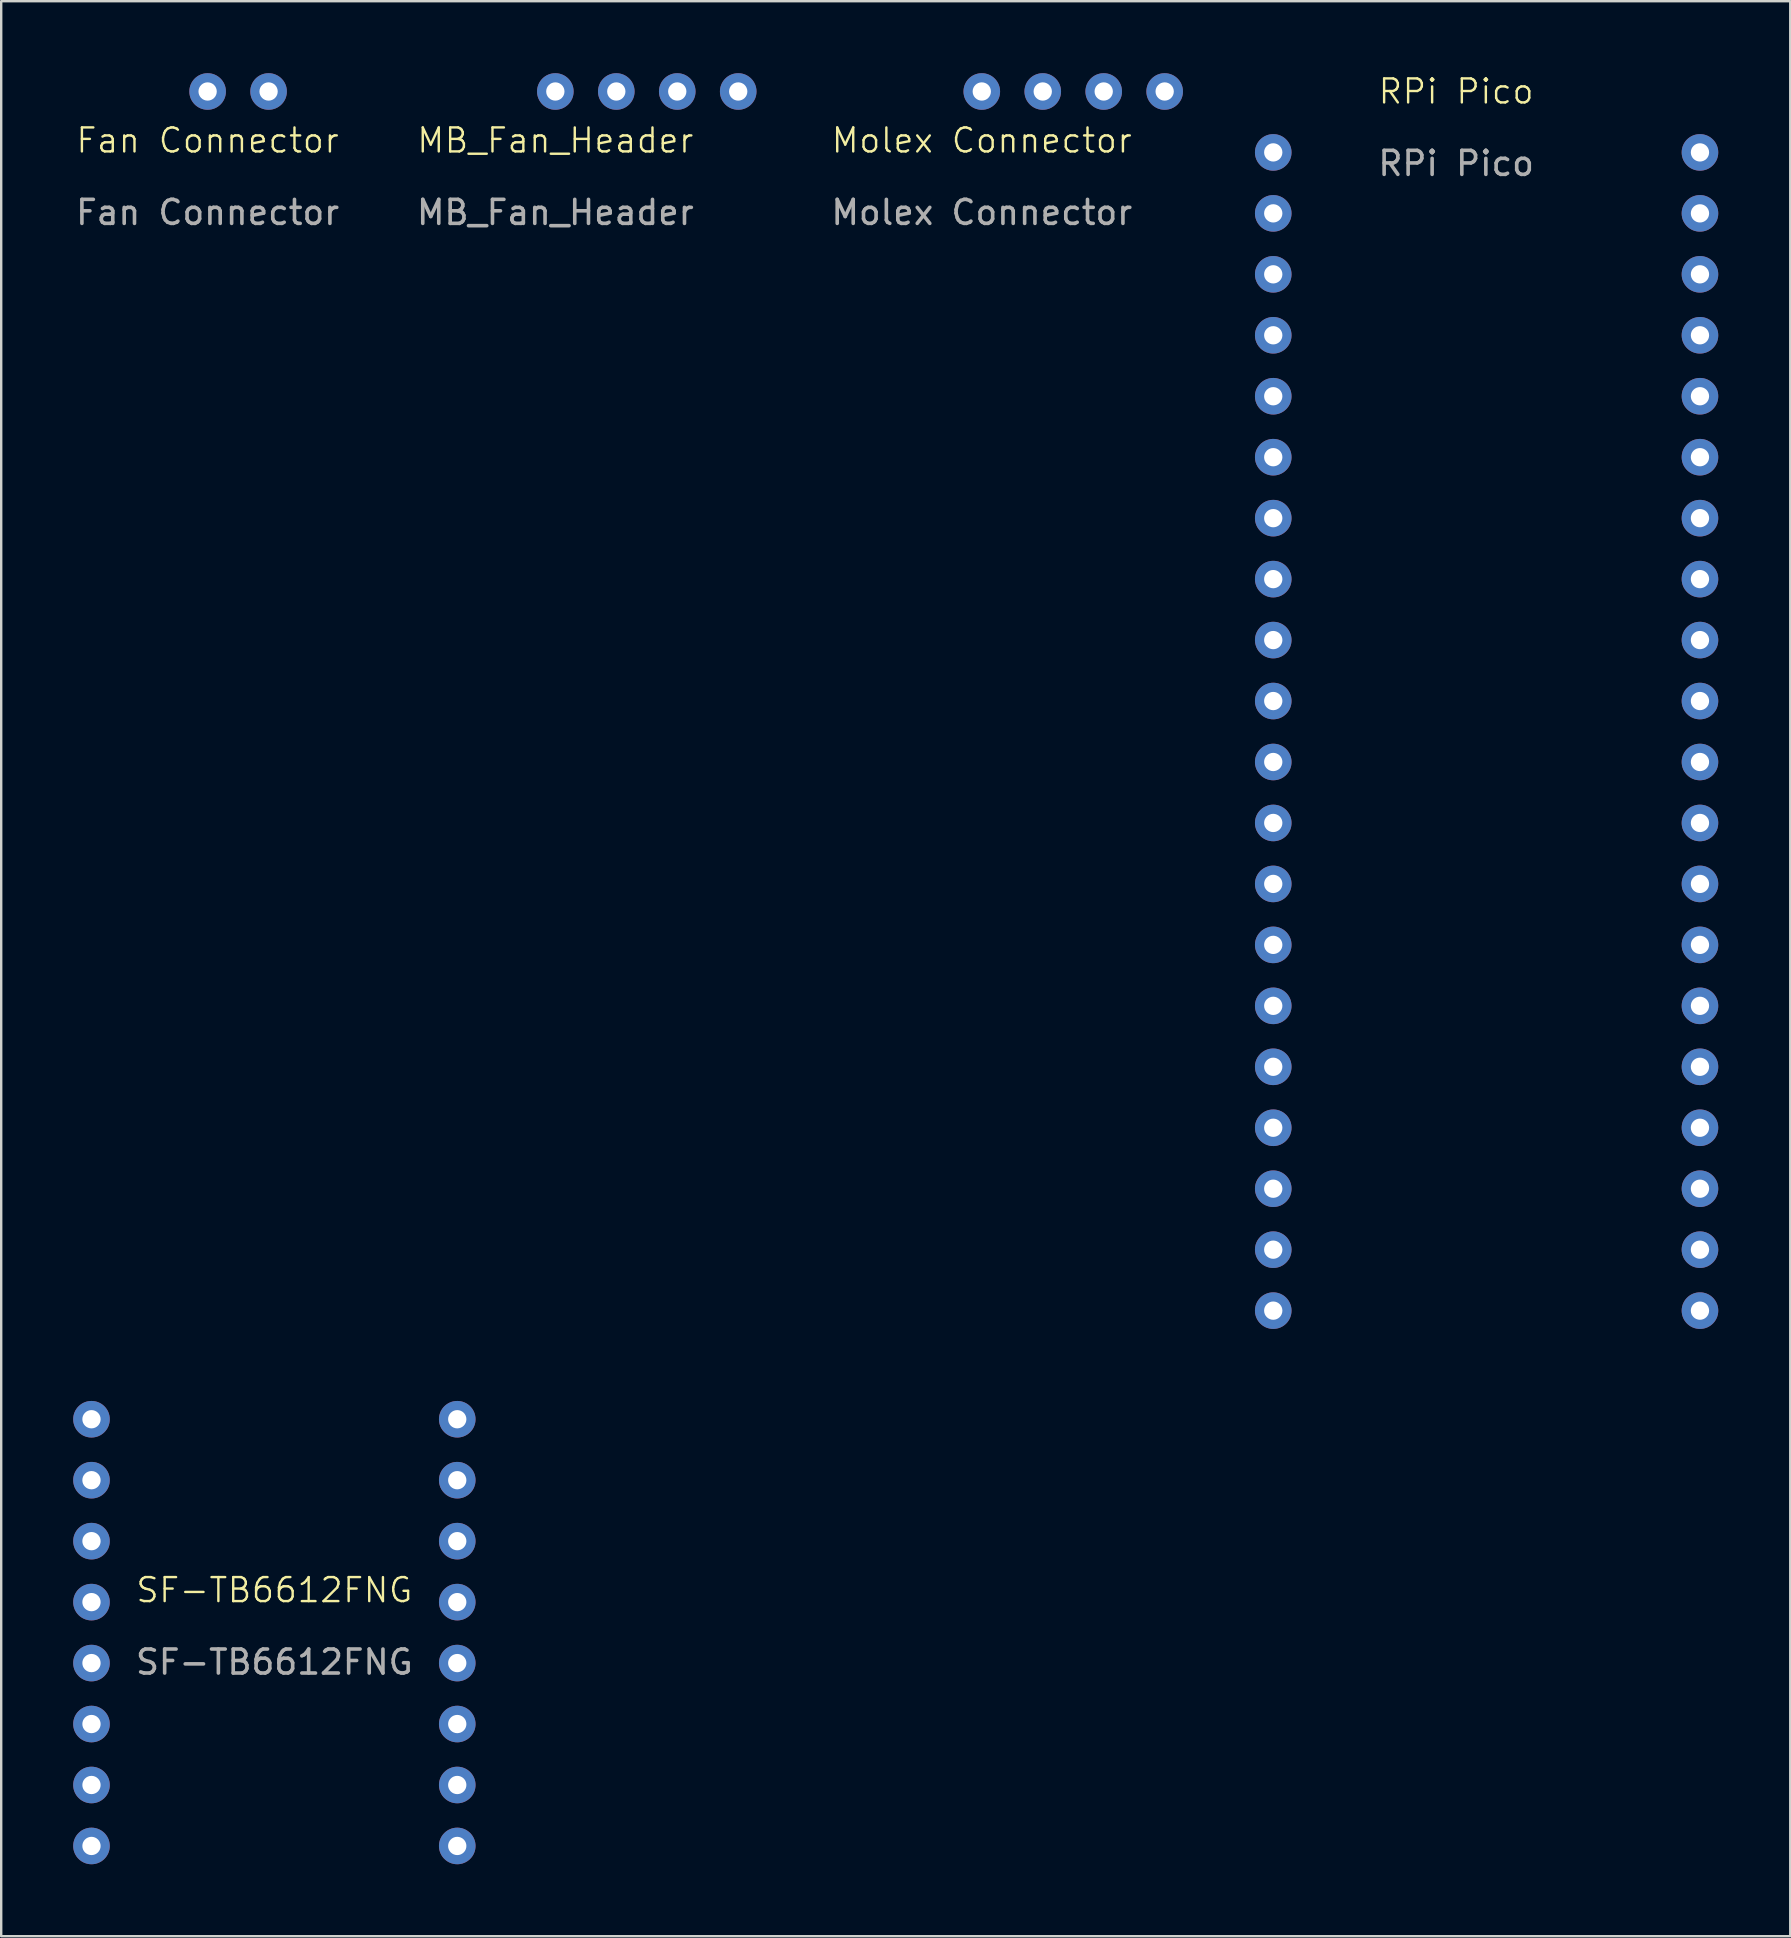
<source format=kicad_pcb>
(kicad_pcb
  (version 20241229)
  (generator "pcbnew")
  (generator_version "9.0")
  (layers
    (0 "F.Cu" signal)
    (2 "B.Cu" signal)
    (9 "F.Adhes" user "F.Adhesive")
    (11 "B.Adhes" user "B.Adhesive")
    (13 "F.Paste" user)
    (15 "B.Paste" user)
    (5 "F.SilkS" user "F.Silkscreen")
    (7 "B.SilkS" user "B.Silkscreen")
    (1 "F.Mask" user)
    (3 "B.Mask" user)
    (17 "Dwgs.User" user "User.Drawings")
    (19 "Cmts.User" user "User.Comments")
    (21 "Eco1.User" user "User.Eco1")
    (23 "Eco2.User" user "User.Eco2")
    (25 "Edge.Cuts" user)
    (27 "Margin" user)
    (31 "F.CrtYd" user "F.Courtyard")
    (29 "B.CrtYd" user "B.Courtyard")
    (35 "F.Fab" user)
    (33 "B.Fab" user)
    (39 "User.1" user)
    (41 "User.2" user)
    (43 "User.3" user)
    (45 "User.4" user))
  (footprint "SF-TB6612FNG"
    (layer "F.Cu")
    (at 0.762 63.705)
    (property "Reference" "SF-TB6612FNG" (at 7.62 -0.5 0) (unlocked yes) (layer "F.SilkS") (effects (font (size 1 1) (thickness 0.1))))
    (attr through_hole)
    (fp_text user "${REFERENCE}" (at 7.62 2.5 0) (unlocked yes) (layer "F.Fab") (effects (font (size 1 1) (thickness 0.15))))
    (pad "1" thru_hole circle (at 0 10.16) (size 1.524 1.524) (drill 0.762) (layers "*.Cu" "*.Mask"))
    (pad "2" thru_hole circle (at 0 7.62) (size 1.524 1.524) (drill 0.762) (layers "*.Cu" "*.Mask"))
    (pad "3" thru_hole circle (at 0 5.08) (size 1.524 1.524) (drill 0.762) (layers "*.Cu" "*.Mask"))
    (pad "4" thru_hole circle (at 0 2.54) (size 1.524 1.524) (drill 0.762) (layers "*.Cu" "*.Mask"))
    (pad "5" thru_hole circle (at 0 0) (size 1.524 1.524) (drill 0.762) (layers "*.Cu" "*.Mask"))
    (pad "6" thru_hole circle (at 0 -2.54) (size 1.524 1.524) (drill 0.762) (layers "*.Cu" "*.Mask"))
    (pad "7" thru_hole circle (at 0 -5.08) (size 1.524 1.524) (drill 0.762) (layers "*.Cu" "*.Mask"))
    (pad "8" thru_hole circle (at 0 -7.62) (size 1.524 1.524) (drill 0.762) (layers "*.Cu" "*.Mask"))
    (pad "9" thru_hole circle (at 15.24 10.16) (size 1.524 1.524) (drill 0.762) (layers "*.Cu" "*.Mask"))
    (pad "10" thru_hole circle (at 15.24 7.62) (size 1.524 1.524) (drill 0.762) (layers "*.Cu" "*.Mask"))
    (pad "11" thru_hole circle (at 15.24 5.08) (size 1.524 1.524) (drill 0.762) (layers "*.Cu" "*.Mask"))
    (pad "12" thru_hole circle (at 15.24 2.54) (size 1.524 1.524) (drill 0.762) (layers "*.Cu" "*.Mask"))
    (pad "13" thru_hole circle (at 15.24 0) (size 1.524 1.524) (drill 0.762) (layers "*.Cu" "*.Mask"))
    (pad "14" thru_hole circle (at 15.24 -2.54) (size 1.524 1.524) (drill 0.762) (layers "*.Cu" "*.Mask"))
    (pad "15" thru_hole circle (at 15.24 -5.08) (size 1.524 1.524) (drill 0.762) (layers "*.Cu" "*.Mask"))
    (pad "16" thru_hole circle (at 15.24 -7.62) (size 1.524 1.524) (drill 0.762) (layers "*.Cu" "*.Mask")))
  (footprint "Fan Connector"
    (layer "F.Cu")
    (at 5.601 3.302)
    (property "Reference" "Fan Connector" (at 0 -0.5 0) (unlocked yes) (layer "F.SilkS") (effects (font (size 1 1) (thickness 0.1))))
    (attr through_hole)
    (fp_text user "${REFERENCE}" (at 0 2.5 0) (unlocked yes) (layer "F.Fab") (effects (font (size 1 1) (thickness 0.15))))
    (pad "1" thru_hole circle (at 0 -2.54) (size 1.524 1.524) (drill 0.762) (layers "*.Cu" "*.Mask"))
    (pad "2" thru_hole circle (at 2.54 -2.54) (size 1.524 1.524) (drill 0.762) (layers "*.Cu" "*.Mask")))
  (footprint "Molex Connector"
    (layer "F.Cu")
    (at 37.858 3.302)
    (property "Reference" "Molex Connector" (at 0 -0.5 0) (unlocked yes) (layer "F.SilkS") (effects (font (size 1 1) (thickness 0.1))))
    (attr through_hole)
    (fp_text user "${REFERENCE}" (at 0 2.5 0) (unlocked yes) (layer "F.Fab") (effects (font (size 1 1) (thickness 0.15))))
    (pad "1" thru_hole circle (at 0 -2.54) (size 1.524 1.524) (drill 0.762) (layers "*.Cu" "*.Mask"))
    (pad "2" thru_hole circle (at 2.54 -2.54) (size 1.524 1.524) (drill 0.762) (layers "*.Cu" "*.Mask"))
    (pad "3" thru_hole circle (at 5.08 -2.54) (size 1.524 1.524) (drill 0.762) (layers "*.Cu" "*.Mask"))
    (pad "4" thru_hole circle (at 7.62 -2.54) (size 1.524 1.524) (drill 0.762) (layers "*.Cu" "*.Mask")))
  (footprint "MB_Fan_Header"
    (layer "F.Cu")
    (at 20.089 3.302)
    (property "Reference" "MB_Fan_Header" (at 0 -0.5 0) (unlocked yes) (layer "F.SilkS") (effects (font (size 1 1) (thickness 0.1))))
    (attr through_hole)
    (fp_text user "${REFERENCE}" (at 0 2.5 0) (unlocked yes) (layer "F.Fab") (effects (font (size 1 1) (thickness 0.15))))
    (pad "1" thru_hole circle (at 0 -2.54) (size 1.524 1.524) (drill 0.762) (layers "*.Cu" "*.Mask"))
    (pad "2" thru_hole circle (at 2.54 -2.54) (size 1.524 1.524) (drill 0.762) (layers "*.Cu" "*.Mask"))
    (pad "3" thru_hole circle (at 5.08 -2.54) (size 1.524 1.524) (drill 0.762) (layers "*.Cu" "*.Mask"))
    (pad "4" thru_hole circle (at 7.62 -2.54) (size 1.524 1.524) (drill 0.762) (layers "*.Cu" "*.Mask")))
  (footprint "RPi Pico"
    (layer "F.Cu")
    (at 50.002 23.62)
    (property "Reference" "RPi Pico" (at 7.62 -22.86 0) (unlocked yes) (layer "F.SilkS") (effects (font (size 1 1) (thickness 0.1))))
    (attr through_hole)
    (fp_text user "${REFERENCE}" (at 7.62 -19.86 0) (unlocked yes) (layer "F.Fab") (effects (font (size 1 1) (thickness 0.15))))
    (pad "1" thru_hole circle (at 0 -20.32) (size 1.524 1.524) (drill 0.762) (layers "*.Cu" "*.Mask"))
    (pad "2" thru_hole circle (at 0 -17.78) (size 1.524 1.524) (drill 0.762) (layers "*.Cu" "*.Mask"))
    (pad "3" thru_hole circle (at 0 -15.24) (size 1.524 1.524) (drill 0.762) (layers "*.Cu" "*.Mask"))
    (pad "4" thru_hole circle (at 0 -12.7) (size 1.524 1.524) (drill 0.762) (layers "*.Cu" "*.Mask"))
    (pad "5" thru_hole circle (at 0 -10.16) (size 1.524 1.524) (drill 0.762) (layers "*.Cu" "*.Mask"))
    (pad "6" thru_hole circle (at 0 -7.62) (size 1.524 1.524) (drill 0.762) (layers "*.Cu" "*.Mask"))
    (pad "7" thru_hole circle (at 0 -5.08) (size 1.524 1.524) (drill 0.762) (layers "*.Cu" "*.Mask"))
    (pad "8" thru_hole circle (at 0 -2.54) (size 1.524 1.524) (drill 0.762) (layers "*.Cu" "*.Mask"))
    (pad "9" thru_hole circle (at 0 0) (size 1.524 1.524) (drill 0.762) (layers "*.Cu" "*.Mask"))
    (pad "10" thru_hole circle (at 0 2.54) (size 1.524 1.524) (drill 0.762) (layers "*.Cu" "*.Mask"))
    (pad "11" thru_hole circle (at 0 5.08) (size 1.524 1.524) (drill 0.762) (layers "*.Cu" "*.Mask"))
    (pad "12" thru_hole circle (at 0 7.62) (size 1.524 1.524) (drill 0.762) (layers "*.Cu" "*.Mask"))
    (pad "13" thru_hole circle (at 0 10.16) (size 1.524 1.524) (drill 0.762) (layers "*.Cu" "*.Mask"))
    (pad "14" thru_hole circle (at 0 12.7) (size 1.524 1.524) (drill 0.762) (layers "*.Cu" "*.Mask"))
    (pad "15" thru_hole circle (at 0 15.24) (size 1.524 1.524) (drill 0.762) (layers "*.Cu" "*.Mask"))
    (pad "16" thru_hole circle (at 0 17.78) (size 1.524 1.524) (drill 0.762) (layers "*.Cu" "*.Mask"))
    (pad "17" thru_hole circle (at 0 20.32) (size 1.524 1.524) (drill 0.762) (layers "*.Cu" "*.Mask"))
    (pad "18" thru_hole circle (at 0 22.86) (size 1.524 1.524) (drill 0.762) (layers "*.Cu" "*.Mask"))
    (pad "19" thru_hole circle (at 0 25.4) (size 1.524 1.524) (drill 0.762) (layers "*.Cu" "*.Mask"))
    (pad "20" thru_hole circle (at 0 27.94) (size 1.524 1.524) (drill 0.762) (layers "*.Cu" "*.Mask"))
    (pad "21" thru_hole circle (at 17.78 27.94) (size 1.524 1.524) (drill 0.762) (layers "*.Cu" "*.Mask"))
    (pad "22" thru_hole circle (at 17.78 25.4) (size 1.524 1.524) (drill 0.762) (layers "*.Cu" "*.Mask"))
    (pad "23" thru_hole circle (at 17.78 22.86) (size 1.524 1.524) (drill 0.762) (layers "*.Cu" "*.Mask"))
    (pad "24" thru_hole circle (at 17.78 20.32) (size 1.524 1.524) (drill 0.762) (layers "*.Cu" "*.Mask"))
    (pad "25" thru_hole circle (at 17.78 17.78) (size 1.524 1.524) (drill 0.762) (layers "*.Cu" "*.Mask"))
    (pad "26" thru_hole circle (at 17.78 15.24) (size 1.524 1.524) (drill 0.762) (layers "*.Cu" "*.Mask"))
    (pad "27" thru_hole circle (at 17.78 12.7) (size 1.524 1.524) (drill 0.762) (layers "*.Cu" "*.Mask"))
    (pad "28" thru_hole circle (at 17.78 10.16) (size 1.524 1.524) (drill 0.762) (layers "*.Cu" "*.Mask"))
    (pad "29" thru_hole circle (at 17.78 7.62) (size 1.524 1.524) (drill 0.762) (layers "*.Cu" "*.Mask"))
    (pad "30" thru_hole circle (at 17.78 5.08) (size 1.524 1.524) (drill 0.762) (layers "*.Cu" "*.Mask"))
    (pad "31" thru_hole circle (at 17.78 2.54) (size 1.524 1.524) (drill 0.762) (layers "*.Cu" "*.Mask"))
    (pad "32" thru_hole circle (at 17.78 0) (size 1.524 1.524) (drill 0.762) (layers "*.Cu" "*.Mask"))
    (pad "33" thru_hole circle (at 17.78 -2.54) (size 1.524 1.524) (drill 0.762) (layers "*.Cu" "*.Mask"))
    (pad "34" thru_hole circle (at 17.78 -5.08) (size 1.524 1.524) (drill 0.762) (layers "*.Cu" "*.Mask"))
    (pad "35" thru_hole circle (at 17.78 -7.62) (size 1.524 1.524) (drill 0.762) (layers "*.Cu" "*.Mask"))
    (pad "36" thru_hole circle (at 17.78 -10.16) (size 1.524 1.524) (drill 0.762) (layers "*.Cu" "*.Mask"))
    (pad "37" thru_hole circle (at 17.78 -12.7) (size 1.524 1.524) (drill 0.762) (layers "*.Cu" "*.Mask"))
    (pad "38" thru_hole circle (at 17.78 -15.24) (size 1.524 1.524) (drill 0.762) (layers "*.Cu" "*.Mask"))
    (pad "39" thru_hole circle (at 17.78 -17.78) (size 1.524 1.524) (drill 0.762) (layers "*.Cu" "*.Mask"))
    (pad "40" thru_hole circle (at 17.78 -20.32) (size 1.524 1.524) (drill 0.762) (layers "*.Cu" "*.Mask")))
  (gr_rect
    (start -3 -3)
    (end 71.544 77.626)
    (stroke (width 0.1) (type default))
    (fill no)
    (layer "Edge.Cuts")))
</source>
